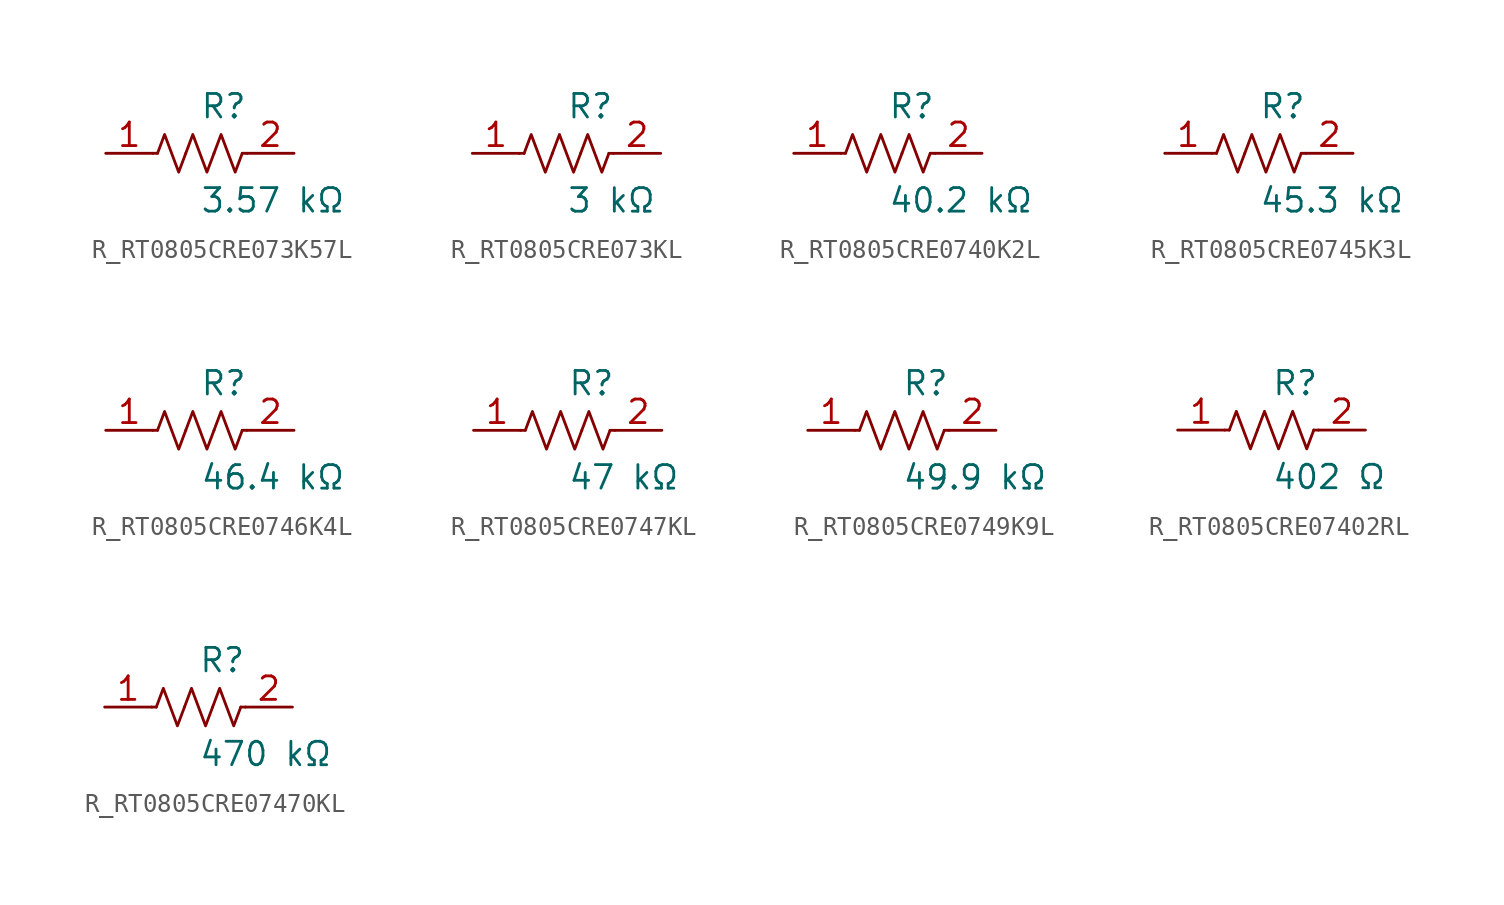
<source format=kicad_sym>
(kicad_symbol_lib
  (version 20231120)
  (generator kicad_symbol_editor)
  (generator_version 8.0)
  (symbol "R_RT0805CRE073K57L"
    (pin_names
      (offset 0.254))
    (property "Reference" "R"
      (at 0 2.54 0)
      (effects (font (size 1.27 1.27)) (justify left)))
    (property "Value" "3.57 kΩ"
      (at 0 -2.54 0)
      (effects (font (size 1.27 1.27)) (justify left)))
    (symbol "R_RT0805CRE073K57L_0_1"
      (polyline (pts (xy 2.286 0) (xy 2.54 0)) (stroke (width 0) (type default)) (fill (type none)))
      (polyline (pts (xy -2.286 0) (xy -2.54 0)) (stroke (width 0) (type default)) (fill (type none)))
      (polyline (pts (xy 0.762 0) (xy 1.143 1.016) (xy 1.524 0) (xy 1.905 -1.016) (xy 2.286 0)) (stroke (width 0) (type default)) (fill (type none)))
      (polyline (pts (xy -0.762 0) (xy -0.381 1.016) (xy 0 0) (xy 0.381 -1.016) (xy 0.762 0)) (stroke (width 0) (type default)) (fill (type none)))
      (polyline (pts (xy -2.286 0) (xy -1.905 1.016) (xy -1.524 0) (xy -1.143 -1.016) (xy -0.762 0)) (stroke (width 0) (type default)) (fill (type none))))
    (pin unspecified line
      (at -5.08 0 0)
      (length 2.54)
      (name "" (effects (font (size 1.27 1.27))))
      (number "1" (effects (font (size 1.27 1.27)))))
    (pin unspecified line
      (at 5.08 0 180)
      (length 2.54)
      (name "" (effects (font (size 1.27 1.27))))
      (number "2" (effects (font (size 1.27 1.27))))))
  (symbol "R_RT0805CRE073KL"
    (pin_names
      (offset 0.254))
    (property "Reference" "R"
      (at 0 2.54 0)
      (effects (font (size 1.27 1.27)) (justify left)))
    (property "Value" "3 kΩ"
      (at 0 -2.54 0)
      (effects (font (size 1.27 1.27)) (justify left)))
    (symbol "R_RT0805CRE073KL_0_1"
      (polyline (pts (xy 2.286 0) (xy 2.54 0)) (stroke (width 0) (type default)) (fill (type none)))
      (polyline (pts (xy -2.286 0) (xy -2.54 0)) (stroke (width 0) (type default)) (fill (type none)))
      (polyline (pts (xy 0.762 0) (xy 1.143 1.016) (xy 1.524 0) (xy 1.905 -1.016) (xy 2.286 0)) (stroke (width 0) (type default)) (fill (type none)))
      (polyline (pts (xy -0.762 0) (xy -0.381 1.016) (xy 0 0) (xy 0.381 -1.016) (xy 0.762 0)) (stroke (width 0) (type default)) (fill (type none)))
      (polyline (pts (xy -2.286 0) (xy -1.905 1.016) (xy -1.524 0) (xy -1.143 -1.016) (xy -0.762 0)) (stroke (width 0) (type default)) (fill (type none))))
    (pin unspecified line
      (at -5.08 0 0)
      (length 2.54)
      (name "" (effects (font (size 1.27 1.27))))
      (number "1" (effects (font (size 1.27 1.27)))))
    (pin unspecified line
      (at 5.08 0 180)
      (length 2.54)
      (name "" (effects (font (size 1.27 1.27))))
      (number "2" (effects (font (size 1.27 1.27))))))
  (symbol "R_RT0805CRE0740K2L"
    (pin_names
      (offset 0.254))
    (property "Reference" "R"
      (at 0 2.54 0)
      (effects (font (size 1.27 1.27)) (justify left)))
    (property "Value" "40.2 kΩ"
      (at 0 -2.54 0)
      (effects (font (size 1.27 1.27)) (justify left)))
    (symbol "R_RT0805CRE0740K2L_0_1"
      (polyline (pts (xy 2.286 0) (xy 2.54 0)) (stroke (width 0) (type default)) (fill (type none)))
      (polyline (pts (xy -2.286 0) (xy -2.54 0)) (stroke (width 0) (type default)) (fill (type none)))
      (polyline (pts (xy 0.762 0) (xy 1.143 1.016) (xy 1.524 0) (xy 1.905 -1.016) (xy 2.286 0)) (stroke (width 0) (type default)) (fill (type none)))
      (polyline (pts (xy -0.762 0) (xy -0.381 1.016) (xy 0 0) (xy 0.381 -1.016) (xy 0.762 0)) (stroke (width 0) (type default)) (fill (type none)))
      (polyline (pts (xy -2.286 0) (xy -1.905 1.016) (xy -1.524 0) (xy -1.143 -1.016) (xy -0.762 0)) (stroke (width 0) (type default)) (fill (type none))))
    (pin unspecified line
      (at -5.08 0 0)
      (length 2.54)
      (name "" (effects (font (size 1.27 1.27))))
      (number "1" (effects (font (size 1.27 1.27)))))
    (pin unspecified line
      (at 5.08 0 180)
      (length 2.54)
      (name "" (effects (font (size 1.27 1.27))))
      (number "2" (effects (font (size 1.27 1.27))))))
  (symbol "R_RT0805CRE0745K3L"
    (pin_names
      (offset 0.254))
    (property "Reference" "R"
      (at 0 2.54 0)
      (effects (font (size 1.27 1.27)) (justify left)))
    (property "Value" "45.3 kΩ"
      (at 0 -2.54 0)
      (effects (font (size 1.27 1.27)) (justify left)))
    (symbol "R_RT0805CRE0745K3L_0_1"
      (polyline (pts (xy 2.286 0) (xy 2.54 0)) (stroke (width 0) (type default)) (fill (type none)))
      (polyline (pts (xy -2.286 0) (xy -2.54 0)) (stroke (width 0) (type default)) (fill (type none)))
      (polyline (pts (xy 0.762 0) (xy 1.143 1.016) (xy 1.524 0) (xy 1.905 -1.016) (xy 2.286 0)) (stroke (width 0) (type default)) (fill (type none)))
      (polyline (pts (xy -0.762 0) (xy -0.381 1.016) (xy 0 0) (xy 0.381 -1.016) (xy 0.762 0)) (stroke (width 0) (type default)) (fill (type none)))
      (polyline (pts (xy -2.286 0) (xy -1.905 1.016) (xy -1.524 0) (xy -1.143 -1.016) (xy -0.762 0)) (stroke (width 0) (type default)) (fill (type none))))
    (pin unspecified line
      (at -5.08 0 0)
      (length 2.54)
      (name "" (effects (font (size 1.27 1.27))))
      (number "1" (effects (font (size 1.27 1.27)))))
    (pin unspecified line
      (at 5.08 0 180)
      (length 2.54)
      (name "" (effects (font (size 1.27 1.27))))
      (number "2" (effects (font (size 1.27 1.27))))))
  (symbol "R_RT0805CRE0746K4L"
    (pin_names
      (offset 0.254))
    (property "Reference" "R"
      (at 0 2.54 0)
      (effects (font (size 1.27 1.27)) (justify left)))
    (property "Value" "46.4 kΩ"
      (at 0 -2.54 0)
      (effects (font (size 1.27 1.27)) (justify left)))
    (symbol "R_RT0805CRE0746K4L_0_1"
      (polyline (pts (xy 2.286 0) (xy 2.54 0)) (stroke (width 0) (type default)) (fill (type none)))
      (polyline (pts (xy -2.286 0) (xy -2.54 0)) (stroke (width 0) (type default)) (fill (type none)))
      (polyline (pts (xy 0.762 0) (xy 1.143 1.016) (xy 1.524 0) (xy 1.905 -1.016) (xy 2.286 0)) (stroke (width 0) (type default)) (fill (type none)))
      (polyline (pts (xy -0.762 0) (xy -0.381 1.016) (xy 0 0) (xy 0.381 -1.016) (xy 0.762 0)) (stroke (width 0) (type default)) (fill (type none)))
      (polyline (pts (xy -2.286 0) (xy -1.905 1.016) (xy -1.524 0) (xy -1.143 -1.016) (xy -0.762 0)) (stroke (width 0) (type default)) (fill (type none))))
    (pin unspecified line
      (at -5.08 0 0)
      (length 2.54)
      (name "" (effects (font (size 1.27 1.27))))
      (number "1" (effects (font (size 1.27 1.27)))))
    (pin unspecified line
      (at 5.08 0 180)
      (length 2.54)
      (name "" (effects (font (size 1.27 1.27))))
      (number "2" (effects (font (size 1.27 1.27))))))
  (symbol "R_RT0805CRE0747KL"
    (pin_names
      (offset 0.254))
    (property "Reference" "R"
      (at 0 2.54 0)
      (effects (font (size 1.27 1.27)) (justify left)))
    (property "Value" "47 kΩ"
      (at 0 -2.54 0)
      (effects (font (size 1.27 1.27)) (justify left)))
    (symbol "R_RT0805CRE0747KL_0_1"
      (polyline (pts (xy 2.286 0) (xy 2.54 0)) (stroke (width 0) (type default)) (fill (type none)))
      (polyline (pts (xy -2.286 0) (xy -2.54 0)) (stroke (width 0) (type default)) (fill (type none)))
      (polyline (pts (xy 0.762 0) (xy 1.143 1.016) (xy 1.524 0) (xy 1.905 -1.016) (xy 2.286 0)) (stroke (width 0) (type default)) (fill (type none)))
      (polyline (pts (xy -0.762 0) (xy -0.381 1.016) (xy 0 0) (xy 0.381 -1.016) (xy 0.762 0)) (stroke (width 0) (type default)) (fill (type none)))
      (polyline (pts (xy -2.286 0) (xy -1.905 1.016) (xy -1.524 0) (xy -1.143 -1.016) (xy -0.762 0)) (stroke (width 0) (type default)) (fill (type none))))
    (pin unspecified line
      (at -5.08 0 0)
      (length 2.54)
      (name "" (effects (font (size 1.27 1.27))))
      (number "1" (effects (font (size 1.27 1.27)))))
    (pin unspecified line
      (at 5.08 0 180)
      (length 2.54)
      (name "" (effects (font (size 1.27 1.27))))
      (number "2" (effects (font (size 1.27 1.27))))))
  (symbol "R_RT0805CRE0749K9L"
    (pin_names
      (offset 0.254))
    (property "Reference" "R"
      (at 0 2.54 0)
      (effects (font (size 1.27 1.27)) (justify left)))
    (property "Value" "49.9 kΩ"
      (at 0 -2.54 0)
      (effects (font (size 1.27 1.27)) (justify left)))
    (symbol "R_RT0805CRE0749K9L_0_1"
      (polyline (pts (xy 2.286 0) (xy 2.54 0)) (stroke (width 0) (type default)) (fill (type none)))
      (polyline (pts (xy -2.286 0) (xy -2.54 0)) (stroke (width 0) (type default)) (fill (type none)))
      (polyline (pts (xy 0.762 0) (xy 1.143 1.016) (xy 1.524 0) (xy 1.905 -1.016) (xy 2.286 0)) (stroke (width 0) (type default)) (fill (type none)))
      (polyline (pts (xy -0.762 0) (xy -0.381 1.016) (xy 0 0) (xy 0.381 -1.016) (xy 0.762 0)) (stroke (width 0) (type default)) (fill (type none)))
      (polyline (pts (xy -2.286 0) (xy -1.905 1.016) (xy -1.524 0) (xy -1.143 -1.016) (xy -0.762 0)) (stroke (width 0) (type default)) (fill (type none))))
    (pin unspecified line
      (at -5.08 0 0)
      (length 2.54)
      (name "" (effects (font (size 1.27 1.27))))
      (number "1" (effects (font (size 1.27 1.27)))))
    (pin unspecified line
      (at 5.08 0 180)
      (length 2.54)
      (name "" (effects (font (size 1.27 1.27))))
      (number "2" (effects (font (size 1.27 1.27))))))
  (symbol "R_RT0805CRE07402RL"
    (pin_names
      (offset 0.254))
    (property "Reference" "R"
      (at 0 2.54 0)
      (effects (font (size 1.27 1.27)) (justify left)))
    (property "Value" "402 Ω"
      (at 0 -2.54 0)
      (effects (font (size 1.27 1.27)) (justify left)))
    (symbol "R_RT0805CRE07402RL_0_1"
      (polyline (pts (xy 2.286 0) (xy 2.54 0)) (stroke (width 0) (type default)) (fill (type none)))
      (polyline (pts (xy -2.286 0) (xy -2.54 0)) (stroke (width 0) (type default)) (fill (type none)))
      (polyline (pts (xy 0.762 0) (xy 1.143 1.016) (xy 1.524 0) (xy 1.905 -1.016) (xy 2.286 0)) (stroke (width 0) (type default)) (fill (type none)))
      (polyline (pts (xy -0.762 0) (xy -0.381 1.016) (xy 0 0) (xy 0.381 -1.016) (xy 0.762 0)) (stroke (width 0) (type default)) (fill (type none)))
      (polyline (pts (xy -2.286 0) (xy -1.905 1.016) (xy -1.524 0) (xy -1.143 -1.016) (xy -0.762 0)) (stroke (width 0) (type default)) (fill (type none))))
    (pin unspecified line
      (at -5.08 0 0)
      (length 2.54)
      (name "" (effects (font (size 1.27 1.27))))
      (number "1" (effects (font (size 1.27 1.27)))))
    (pin unspecified line
      (at 5.08 0 180)
      (length 2.54)
      (name "" (effects (font (size 1.27 1.27))))
      (number "2" (effects (font (size 1.27 1.27))))))
  (symbol "R_RT0805CRE07470KL"
    (pin_names
      (offset 0.254))
    (property "Reference" "R"
      (at 0 2.54 0)
      (effects (font (size 1.27 1.27)) (justify left)))
    (property "Value" "470 kΩ"
      (at 0 -2.54 0)
      (effects (font (size 1.27 1.27)) (justify left)))
    (symbol "R_RT0805CRE07470KL_0_1"
      (polyline (pts (xy 2.286 0) (xy 2.54 0)) (stroke (width 0) (type default)) (fill (type none)))
      (polyline (pts (xy -2.286 0) (xy -2.54 0)) (stroke (width 0) (type default)) (fill (type none)))
      (polyline (pts (xy 0.762 0) (xy 1.143 1.016) (xy 1.524 0) (xy 1.905 -1.016) (xy 2.286 0)) (stroke (width 0) (type default)) (fill (type none)))
      (polyline (pts (xy -0.762 0) (xy -0.381 1.016) (xy 0 0) (xy 0.381 -1.016) (xy 0.762 0)) (stroke (width 0) (type default)) (fill (type none)))
      (polyline (pts (xy -2.286 0) (xy -1.905 1.016) (xy -1.524 0) (xy -1.143 -1.016) (xy -0.762 0)) (stroke (width 0) (type default)) (fill (type none))))
    (pin unspecified line
      (at -5.08 0 0)
      (length 2.54)
      (name "" (effects (font (size 1.27 1.27))))
      (number "1" (effects (font (size 1.27 1.27)))))
    (pin unspecified line
      (at 5.08 0 180)
      (length 2.54)
      (name "" (effects (font (size 1.27 1.27))))
      (number "2" (effects (font (size 1.27 1.27)))))))
</source>
